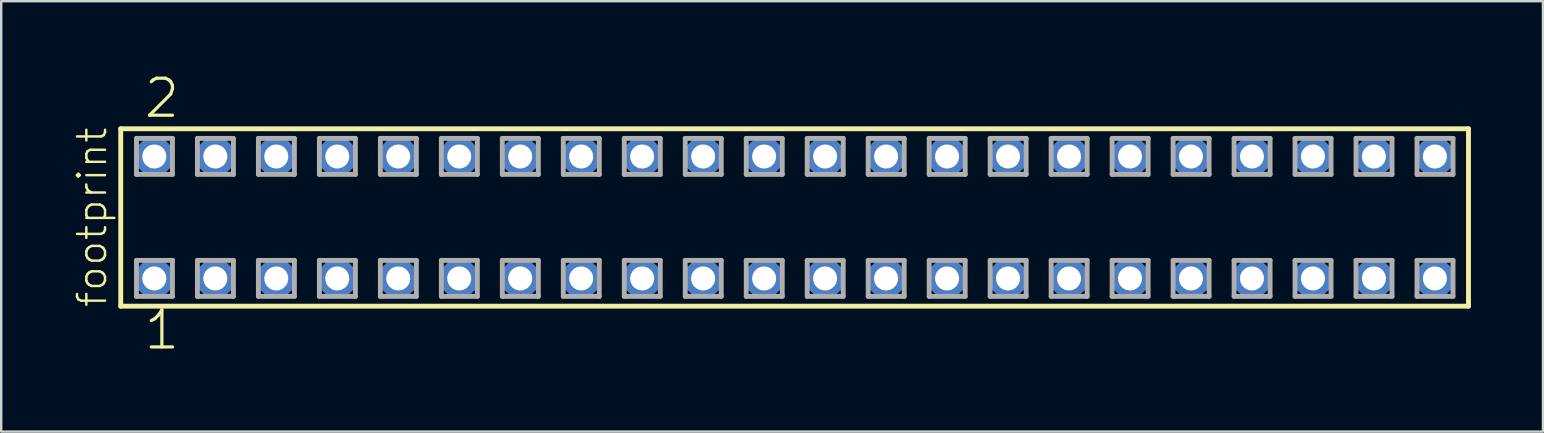
<source format=kicad_pcb>
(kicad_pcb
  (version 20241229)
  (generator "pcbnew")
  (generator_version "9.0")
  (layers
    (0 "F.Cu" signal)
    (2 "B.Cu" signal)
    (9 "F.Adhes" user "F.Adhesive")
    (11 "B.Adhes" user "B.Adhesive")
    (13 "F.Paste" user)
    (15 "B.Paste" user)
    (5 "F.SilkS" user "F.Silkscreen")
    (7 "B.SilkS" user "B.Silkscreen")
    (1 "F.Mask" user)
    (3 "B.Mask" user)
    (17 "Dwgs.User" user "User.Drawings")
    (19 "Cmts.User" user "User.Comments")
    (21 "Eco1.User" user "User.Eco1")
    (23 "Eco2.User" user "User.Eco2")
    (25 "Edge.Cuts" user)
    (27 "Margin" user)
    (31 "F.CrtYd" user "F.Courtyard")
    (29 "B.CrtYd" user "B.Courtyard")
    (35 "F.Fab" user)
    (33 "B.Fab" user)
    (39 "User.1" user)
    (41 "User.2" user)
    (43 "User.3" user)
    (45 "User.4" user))
  (footprint "footprint"
    (layer "F.Cu")
    (at 30.048 6.009)
    (property "Reference" "footprint" (at -28.575 3.81 90) (layer "F.SilkS") (effects (font (size 1.168 1.168) (thickness 0.102)) (justify left bottom)))
    (fp_line (start -28.069 -3.695) (end 28.069 -3.695) (stroke (width 0.203) (type solid)) (layer "F.SilkS"))
    (fp_line (start -28.069 3.695) (end -28.069 -3.695) (stroke (width 0.203) (type solid)) (layer "F.SilkS"))
    (fp_line (start 28.069 -3.695) (end 28.069 3.695) (stroke (width 0.203) (type solid)) (layer "F.SilkS"))
    (fp_line (start 28.069 3.695) (end -28.069 3.695) (stroke (width 0.203) (type solid)) (layer "F.SilkS"))
    (fp_line (start -27.415 -3.295) (end -25.915 -3.295) (stroke (width 0.203) (type solid)) (layer "F.Fab"))
    (fp_line (start -27.415 -1.795) (end -27.415 -3.295) (stroke (width 0.203) (type solid)) (layer "F.Fab"))
    (fp_line (start -27.415 1.785) (end -25.915 1.785) (stroke (width 0.203) (type solid)) (layer "F.Fab"))
    (fp_line (start -27.415 3.285) (end -27.415 1.785) (stroke (width 0.203) (type solid)) (layer "F.Fab"))
    (fp_line (start -25.915 -3.295) (end -25.915 -1.795) (stroke (width 0.203) (type solid)) (layer "F.Fab"))
    (fp_line (start -25.915 -1.795) (end -27.415 -1.795) (stroke (width 0.203) (type solid)) (layer "F.Fab"))
    (fp_line (start -25.915 1.785) (end -25.915 3.285) (stroke (width 0.203) (type solid)) (layer "F.Fab"))
    (fp_line (start -25.915 3.285) (end -27.415 3.285) (stroke (width 0.203) (type solid)) (layer "F.Fab"))
    (fp_line (start -24.875 -3.295) (end -23.375 -3.295) (stroke (width 0.203) (type solid)) (layer "F.Fab"))
    (fp_line (start -24.875 -1.795) (end -24.875 -3.295) (stroke (width 0.203) (type solid)) (layer "F.Fab"))
    (fp_line (start -24.875 1.785) (end -23.375 1.785) (stroke (width 0.203) (type solid)) (layer "F.Fab"))
    (fp_line (start -24.875 3.285) (end -24.875 1.785) (stroke (width 0.203) (type solid)) (layer "F.Fab"))
    (fp_line (start -23.375 -3.295) (end -23.375 -1.795) (stroke (width 0.203) (type solid)) (layer "F.Fab"))
    (fp_line (start -23.375 -1.795) (end -24.875 -1.795) (stroke (width 0.203) (type solid)) (layer "F.Fab"))
    (fp_line (start -23.375 1.785) (end -23.375 3.285) (stroke (width 0.203) (type solid)) (layer "F.Fab"))
    (fp_line (start -23.375 3.285) (end -24.875 3.285) (stroke (width 0.203) (type solid)) (layer "F.Fab"))
    (fp_line (start -22.335 -3.295) (end -20.835 -3.295) (stroke (width 0.203) (type solid)) (layer "F.Fab"))
    (fp_line (start -22.335 -1.795) (end -22.335 -3.295) (stroke (width 0.203) (type solid)) (layer "F.Fab"))
    (fp_line (start -22.335 1.785) (end -20.835 1.785) (stroke (width 0.203) (type solid)) (layer "F.Fab"))
    (fp_line (start -22.335 3.285) (end -22.335 1.785) (stroke (width 0.203) (type solid)) (layer "F.Fab"))
    (fp_line (start -20.835 -3.295) (end -20.835 -1.795) (stroke (width 0.203) (type solid)) (layer "F.Fab"))
    (fp_line (start -20.835 -1.795) (end -22.335 -1.795) (stroke (width 0.203) (type solid)) (layer "F.Fab"))
    (fp_line (start -20.835 1.785) (end -20.835 3.285) (stroke (width 0.203) (type solid)) (layer "F.Fab"))
    (fp_line (start -20.835 3.285) (end -22.335 3.285) (stroke (width 0.203) (type solid)) (layer "F.Fab"))
    (fp_line (start -19.795 -3.295) (end -18.295 -3.295) (stroke (width 0.203) (type solid)) (layer "F.Fab"))
    (fp_line (start -19.795 -1.795) (end -19.795 -3.295) (stroke (width 0.203) (type solid)) (layer "F.Fab"))
    (fp_line (start -19.795 1.785) (end -18.295 1.785) (stroke (width 0.203) (type solid)) (layer "F.Fab"))
    (fp_line (start -19.795 3.285) (end -19.795 1.785) (stroke (width 0.203) (type solid)) (layer "F.Fab"))
    (fp_line (start -18.295 -3.295) (end -18.295 -1.795) (stroke (width 0.203) (type solid)) (layer "F.Fab"))
    (fp_line (start -18.295 -1.795) (end -19.795 -1.795) (stroke (width 0.203) (type solid)) (layer "F.Fab"))
    (fp_line (start -18.295 1.785) (end -18.295 3.285) (stroke (width 0.203) (type solid)) (layer "F.Fab"))
    (fp_line (start -18.295 3.285) (end -19.795 3.285) (stroke (width 0.203) (type solid)) (layer "F.Fab"))
    (fp_line (start -17.255 -3.295) (end -15.755 -3.295) (stroke (width 0.203) (type solid)) (layer "F.Fab"))
    (fp_line (start -17.255 -1.795) (end -17.255 -3.295) (stroke (width 0.203) (type solid)) (layer "F.Fab"))
    (fp_line (start -17.255 1.785) (end -15.755 1.785) (stroke (width 0.203) (type solid)) (layer "F.Fab"))
    (fp_line (start -17.255 3.285) (end -17.255 1.785) (stroke (width 0.203) (type solid)) (layer "F.Fab"))
    (fp_line (start -15.755 -3.295) (end -15.755 -1.795) (stroke (width 0.203) (type solid)) (layer "F.Fab"))
    (fp_line (start -15.755 -1.795) (end -17.255 -1.795) (stroke (width 0.203) (type solid)) (layer "F.Fab"))
    (fp_line (start -15.755 1.785) (end -15.755 3.285) (stroke (width 0.203) (type solid)) (layer "F.Fab"))
    (fp_line (start -15.755 3.285) (end -17.255 3.285) (stroke (width 0.203) (type solid)) (layer "F.Fab"))
    (fp_line (start -14.715 -3.295) (end -13.215 -3.295) (stroke (width 0.203) (type solid)) (layer "F.Fab"))
    (fp_line (start -14.715 -1.795) (end -14.715 -3.295) (stroke (width 0.203) (type solid)) (layer "F.Fab"))
    (fp_line (start -14.715 1.785) (end -13.215 1.785) (stroke (width 0.203) (type solid)) (layer "F.Fab"))
    (fp_line (start -14.715 3.285) (end -14.715 1.785) (stroke (width 0.203) (type solid)) (layer "F.Fab"))
    (fp_line (start -13.215 -3.295) (end -13.215 -1.795) (stroke (width 0.203) (type solid)) (layer "F.Fab"))
    (fp_line (start -13.215 -1.795) (end -14.715 -1.795) (stroke (width 0.203) (type solid)) (layer "F.Fab"))
    (fp_line (start -13.215 1.785) (end -13.215 3.285) (stroke (width 0.203) (type solid)) (layer "F.Fab"))
    (fp_line (start -13.215 3.285) (end -14.715 3.285) (stroke (width 0.203) (type solid)) (layer "F.Fab"))
    (fp_line (start -12.175 -3.295) (end -10.675 -3.295) (stroke (width 0.203) (type solid)) (layer "F.Fab"))
    (fp_line (start -12.175 -1.795) (end -12.175 -3.295) (stroke (width 0.203) (type solid)) (layer "F.Fab"))
    (fp_line (start -12.175 1.785) (end -10.675 1.785) (stroke (width 0.203) (type solid)) (layer "F.Fab"))
    (fp_line (start -12.175 3.285) (end -12.175 1.785) (stroke (width 0.203) (type solid)) (layer "F.Fab"))
    (fp_line (start -10.675 -3.295) (end -10.675 -1.795) (stroke (width 0.203) (type solid)) (layer "F.Fab"))
    (fp_line (start -10.675 -1.795) (end -12.175 -1.795) (stroke (width 0.203) (type solid)) (layer "F.Fab"))
    (fp_line (start -10.675 1.785) (end -10.675 3.285) (stroke (width 0.203) (type solid)) (layer "F.Fab"))
    (fp_line (start -10.675 3.285) (end -12.175 3.285) (stroke (width 0.203) (type solid)) (layer "F.Fab"))
    (fp_line (start -9.635 -3.295) (end -8.135 -3.295) (stroke (width 0.203) (type solid)) (layer "F.Fab"))
    (fp_line (start -9.635 -1.795) (end -9.635 -3.295) (stroke (width 0.203) (type solid)) (layer "F.Fab"))
    (fp_line (start -9.635 1.785) (end -8.135 1.785) (stroke (width 0.203) (type solid)) (layer "F.Fab"))
    (fp_line (start -9.635 3.285) (end -9.635 1.785) (stroke (width 0.203) (type solid)) (layer "F.Fab"))
    (fp_line (start -8.135 -3.295) (end -8.135 -1.795) (stroke (width 0.203) (type solid)) (layer "F.Fab"))
    (fp_line (start -8.135 -1.795) (end -9.635 -1.795) (stroke (width 0.203) (type solid)) (layer "F.Fab"))
    (fp_line (start -8.135 1.785) (end -8.135 3.285) (stroke (width 0.203) (type solid)) (layer "F.Fab"))
    (fp_line (start -8.135 3.285) (end -9.635 3.285) (stroke (width 0.203) (type solid)) (layer "F.Fab"))
    (fp_line (start -7.095 -3.295) (end -5.595 -3.295) (stroke (width 0.203) (type solid)) (layer "F.Fab"))
    (fp_line (start -7.095 -1.795) (end -7.095 -3.295) (stroke (width 0.203) (type solid)) (layer "F.Fab"))
    (fp_line (start -7.095 1.785) (end -5.595 1.785) (stroke (width 0.203) (type solid)) (layer "F.Fab"))
    (fp_line (start -7.095 3.285) (end -7.095 1.785) (stroke (width 0.203) (type solid)) (layer "F.Fab"))
    (fp_line (start -5.595 -3.295) (end -5.595 -1.795) (stroke (width 0.203) (type solid)) (layer "F.Fab"))
    (fp_line (start -5.595 -1.795) (end -7.095 -1.795) (stroke (width 0.203) (type solid)) (layer "F.Fab"))
    (fp_line (start -5.595 1.785) (end -5.595 3.285) (stroke (width 0.203) (type solid)) (layer "F.Fab"))
    (fp_line (start -5.595 3.285) (end -7.095 3.285) (stroke (width 0.203) (type solid)) (layer "F.Fab"))
    (fp_line (start -4.555 -3.295) (end -3.055 -3.295) (stroke (width 0.203) (type solid)) (layer "F.Fab"))
    (fp_line (start -4.555 -1.795) (end -4.555 -3.295) (stroke (width 0.203) (type solid)) (layer "F.Fab"))
    (fp_line (start -4.555 1.785) (end -3.055 1.785) (stroke (width 0.203) (type solid)) (layer "F.Fab"))
    (fp_line (start -4.555 3.285) (end -4.555 1.785) (stroke (width 0.203) (type solid)) (layer "F.Fab"))
    (fp_line (start -3.055 -3.295) (end -3.055 -1.795) (stroke (width 0.203) (type solid)) (layer "F.Fab"))
    (fp_line (start -3.055 -1.795) (end -4.555 -1.795) (stroke (width 0.203) (type solid)) (layer "F.Fab"))
    (fp_line (start -3.055 1.785) (end -3.055 3.285) (stroke (width 0.203) (type solid)) (layer "F.Fab"))
    (fp_line (start -3.055 3.285) (end -4.555 3.285) (stroke (width 0.203) (type solid)) (layer "F.Fab"))
    (fp_line (start -2.015 -3.295) (end -0.515 -3.295) (stroke (width 0.203) (type solid)) (layer "F.Fab"))
    (fp_line (start -2.015 -1.795) (end -2.015 -3.295) (stroke (width 0.203) (type solid)) (layer "F.Fab"))
    (fp_line (start -2.015 1.785) (end -0.515 1.785) (stroke (width 0.203) (type solid)) (layer "F.Fab"))
    (fp_line (start -2.015 3.285) (end -2.015 1.785) (stroke (width 0.203) (type solid)) (layer "F.Fab"))
    (fp_line (start -0.515 -3.295) (end -0.515 -1.795) (stroke (width 0.203) (type solid)) (layer "F.Fab"))
    (fp_line (start -0.515 -1.795) (end -2.015 -1.795) (stroke (width 0.203) (type solid)) (layer "F.Fab"))
    (fp_line (start -0.515 1.785) (end -0.515 3.285) (stroke (width 0.203) (type solid)) (layer "F.Fab"))
    (fp_line (start -0.515 3.285) (end -2.015 3.285) (stroke (width 0.203) (type solid)) (layer "F.Fab"))
    (fp_line (start 0.525 -3.295) (end 2.025 -3.295) (stroke (width 0.203) (type solid)) (layer "F.Fab"))
    (fp_line (start 0.525 -1.795) (end 0.525 -3.295) (stroke (width 0.203) (type solid)) (layer "F.Fab"))
    (fp_line (start 0.525 1.785) (end 2.025 1.785) (stroke (width 0.203) (type solid)) (layer "F.Fab"))
    (fp_line (start 0.525 3.285) (end 0.525 1.785) (stroke (width 0.203) (type solid)) (layer "F.Fab"))
    (fp_line (start 2.025 -3.295) (end 2.025 -1.795) (stroke (width 0.203) (type solid)) (layer "F.Fab"))
    (fp_line (start 2.025 -1.795) (end 0.525 -1.795) (stroke (width 0.203) (type solid)) (layer "F.Fab"))
    (fp_line (start 2.025 1.785) (end 2.025 3.285) (stroke (width 0.203) (type solid)) (layer "F.Fab"))
    (fp_line (start 2.025 3.285) (end 0.525 3.285) (stroke (width 0.203) (type solid)) (layer "F.Fab"))
    (fp_line (start 3.065 -3.295) (end 4.565 -3.295) (stroke (width 0.203) (type solid)) (layer "F.Fab"))
    (fp_line (start 3.065 -1.795) (end 3.065 -3.295) (stroke (width 0.203) (type solid)) (layer "F.Fab"))
    (fp_line (start 3.065 1.785) (end 4.565 1.785) (stroke (width 0.203) (type solid)) (layer "F.Fab"))
    (fp_line (start 3.065 3.285) (end 3.065 1.785) (stroke (width 0.203) (type solid)) (layer "F.Fab"))
    (fp_line (start 4.565 -3.295) (end 4.565 -1.795) (stroke (width 0.203) (type solid)) (layer "F.Fab"))
    (fp_line (start 4.565 -1.795) (end 3.065 -1.795) (stroke (width 0.203) (type solid)) (layer "F.Fab"))
    (fp_line (start 4.565 1.785) (end 4.565 3.285) (stroke (width 0.203) (type solid)) (layer "F.Fab"))
    (fp_line (start 4.565 3.285) (end 3.065 3.285) (stroke (width 0.203) (type solid)) (layer "F.Fab"))
    (fp_line (start 5.605 -3.295) (end 7.105 -3.295) (stroke (width 0.203) (type solid)) (layer "F.Fab"))
    (fp_line (start 5.605 -1.795) (end 5.605 -3.295) (stroke (width 0.203) (type solid)) (layer "F.Fab"))
    (fp_line (start 5.605 1.785) (end 7.105 1.785) (stroke (width 0.203) (type solid)) (layer "F.Fab"))
    (fp_line (start 5.605 3.285) (end 5.605 1.785) (stroke (width 0.203) (type solid)) (layer "F.Fab"))
    (fp_line (start 7.105 -3.295) (end 7.105 -1.795) (stroke (width 0.203) (type solid)) (layer "F.Fab"))
    (fp_line (start 7.105 -1.795) (end 5.605 -1.795) (stroke (width 0.203) (type solid)) (layer "F.Fab"))
    (fp_line (start 7.105 1.785) (end 7.105 3.285) (stroke (width 0.203) (type solid)) (layer "F.Fab"))
    (fp_line (start 7.105 3.285) (end 5.605 3.285) (stroke (width 0.203) (type solid)) (layer "F.Fab"))
    (fp_line (start 8.145 -3.295) (end 9.645 -3.295) (stroke (width 0.203) (type solid)) (layer "F.Fab"))
    (fp_line (start 8.145 -1.795) (end 8.145 -3.295) (stroke (width 0.203) (type solid)) (layer "F.Fab"))
    (fp_line (start 8.145 1.785) (end 9.645 1.785) (stroke (width 0.203) (type solid)) (layer "F.Fab"))
    (fp_line (start 8.145 3.285) (end 8.145 1.785) (stroke (width 0.203) (type solid)) (layer "F.Fab"))
    (fp_line (start 9.645 -3.295) (end 9.645 -1.795) (stroke (width 0.203) (type solid)) (layer "F.Fab"))
    (fp_line (start 9.645 -1.795) (end 8.145 -1.795) (stroke (width 0.203) (type solid)) (layer "F.Fab"))
    (fp_line (start 9.645 1.785) (end 9.645 3.285) (stroke (width 0.203) (type solid)) (layer "F.Fab"))
    (fp_line (start 9.645 3.285) (end 8.145 3.285) (stroke (width 0.203) (type solid)) (layer "F.Fab"))
    (fp_line (start 10.685 -3.295) (end 12.185 -3.295) (stroke (width 0.203) (type solid)) (layer "F.Fab"))
    (fp_line (start 10.685 -1.795) (end 10.685 -3.295) (stroke (width 0.203) (type solid)) (layer "F.Fab"))
    (fp_line (start 10.685 1.785) (end 12.185 1.785) (stroke (width 0.203) (type solid)) (layer "F.Fab"))
    (fp_line (start 10.685 3.285) (end 10.685 1.785) (stroke (width 0.203) (type solid)) (layer "F.Fab"))
    (fp_line (start 12.185 -3.295) (end 12.185 -1.795) (stroke (width 0.203) (type solid)) (layer "F.Fab"))
    (fp_line (start 12.185 -1.795) (end 10.685 -1.795) (stroke (width 0.203) (type solid)) (layer "F.Fab"))
    (fp_line (start 12.185 1.785) (end 12.185 3.285) (stroke (width 0.203) (type solid)) (layer "F.Fab"))
    (fp_line (start 12.185 3.285) (end 10.685 3.285) (stroke (width 0.203) (type solid)) (layer "F.Fab"))
    (fp_line (start 13.225 -3.295) (end 14.725 -3.295) (stroke (width 0.203) (type solid)) (layer "F.Fab"))
    (fp_line (start 13.225 -1.795) (end 13.225 -3.295) (stroke (width 0.203) (type solid)) (layer "F.Fab"))
    (fp_line (start 13.225 1.785) (end 14.725 1.785) (stroke (width 0.203) (type solid)) (layer "F.Fab"))
    (fp_line (start 13.225 3.285) (end 13.225 1.785) (stroke (width 0.203) (type solid)) (layer "F.Fab"))
    (fp_line (start 14.725 -3.295) (end 14.725 -1.795) (stroke (width 0.203) (type solid)) (layer "F.Fab"))
    (fp_line (start 14.725 -1.795) (end 13.225 -1.795) (stroke (width 0.203) (type solid)) (layer "F.Fab"))
    (fp_line (start 14.725 1.785) (end 14.725 3.285) (stroke (width 0.203) (type solid)) (layer "F.Fab"))
    (fp_line (start 14.725 3.285) (end 13.225 3.285) (stroke (width 0.203) (type solid)) (layer "F.Fab"))
    (fp_line (start 15.765 -3.295) (end 17.265 -3.295) (stroke (width 0.203) (type solid)) (layer "F.Fab"))
    (fp_line (start 15.765 -1.795) (end 15.765 -3.295) (stroke (width 0.203) (type solid)) (layer "F.Fab"))
    (fp_line (start 15.765 1.785) (end 17.265 1.785) (stroke (width 0.203) (type solid)) (layer "F.Fab"))
    (fp_line (start 15.765 3.285) (end 15.765 1.785) (stroke (width 0.203) (type solid)) (layer "F.Fab"))
    (fp_line (start 17.265 -3.295) (end 17.265 -1.795) (stroke (width 0.203) (type solid)) (layer "F.Fab"))
    (fp_line (start 17.265 -1.795) (end 15.765 -1.795) (stroke (width 0.203) (type solid)) (layer "F.Fab"))
    (fp_line (start 17.265 1.785) (end 17.265 3.285) (stroke (width 0.203) (type solid)) (layer "F.Fab"))
    (fp_line (start 17.265 3.285) (end 15.765 3.285) (stroke (width 0.203) (type solid)) (layer "F.Fab"))
    (fp_line (start 18.305 -3.295) (end 19.805 -3.295) (stroke (width 0.203) (type solid)) (layer "F.Fab"))
    (fp_line (start 18.305 -1.795) (end 18.305 -3.295) (stroke (width 0.203) (type solid)) (layer "F.Fab"))
    (fp_line (start 18.305 1.785) (end 19.805 1.785) (stroke (width 0.203) (type solid)) (layer "F.Fab"))
    (fp_line (start 18.305 3.285) (end 18.305 1.785) (stroke (width 0.203) (type solid)) (layer "F.Fab"))
    (fp_line (start 19.805 -3.295) (end 19.805 -1.795) (stroke (width 0.203) (type solid)) (layer "F.Fab"))
    (fp_line (start 19.805 -1.795) (end 18.305 -1.795) (stroke (width 0.203) (type solid)) (layer "F.Fab"))
    (fp_line (start 19.805 1.785) (end 19.805 3.285) (stroke (width 0.203) (type solid)) (layer "F.Fab"))
    (fp_line (start 19.805 3.285) (end 18.305 3.285) (stroke (width 0.203) (type solid)) (layer "F.Fab"))
    (fp_line (start 20.845 -3.295) (end 22.345 -3.295) (stroke (width 0.203) (type solid)) (layer "F.Fab"))
    (fp_line (start 20.845 -1.795) (end 20.845 -3.295) (stroke (width 0.203) (type solid)) (layer "F.Fab"))
    (fp_line (start 20.845 1.785) (end 22.345 1.785) (stroke (width 0.203) (type solid)) (layer "F.Fab"))
    (fp_line (start 20.845 3.285) (end 20.845 1.785) (stroke (width 0.203) (type solid)) (layer "F.Fab"))
    (fp_line (start 22.345 -3.295) (end 22.345 -1.795) (stroke (width 0.203) (type solid)) (layer "F.Fab"))
    (fp_line (start 22.345 -1.795) (end 20.845 -1.795) (stroke (width 0.203) (type solid)) (layer "F.Fab"))
    (fp_line (start 22.345 1.785) (end 22.345 3.285) (stroke (width 0.203) (type solid)) (layer "F.Fab"))
    (fp_line (start 22.345 3.285) (end 20.845 3.285) (stroke (width 0.203) (type solid)) (layer "F.Fab"))
    (fp_line (start 23.385 -3.295) (end 24.885 -3.295) (stroke (width 0.203) (type solid)) (layer "F.Fab"))
    (fp_line (start 23.385 -1.795) (end 23.385 -3.295) (stroke (width 0.203) (type solid)) (layer "F.Fab"))
    (fp_line (start 23.385 1.785) (end 24.885 1.785) (stroke (width 0.203) (type solid)) (layer "F.Fab"))
    (fp_line (start 23.385 3.285) (end 23.385 1.785) (stroke (width 0.203) (type solid)) (layer "F.Fab"))
    (fp_line (start 24.885 -3.295) (end 24.885 -1.795) (stroke (width 0.203) (type solid)) (layer "F.Fab"))
    (fp_line (start 24.885 -1.795) (end 23.385 -1.795) (stroke (width 0.203) (type solid)) (layer "F.Fab"))
    (fp_line (start 24.885 1.785) (end 24.885 3.285) (stroke (width 0.203) (type solid)) (layer "F.Fab"))
    (fp_line (start 24.885 3.285) (end 23.385 3.285) (stroke (width 0.203) (type solid)) (layer "F.Fab"))
    (fp_line (start 25.925 -3.295) (end 27.425 -3.295) (stroke (width 0.203) (type solid)) (layer "F.Fab"))
    (fp_line (start 25.925 -1.795) (end 25.925 -3.295) (stroke (width 0.203) (type solid)) (layer "F.Fab"))
    (fp_line (start 25.925 1.785) (end 27.425 1.785) (stroke (width 0.203) (type solid)) (layer "F.Fab"))
    (fp_line (start 25.925 3.285) (end 25.925 1.785) (stroke (width 0.203) (type solid)) (layer "F.Fab"))
    (fp_line (start 27.425 -3.295) (end 27.425 -1.795) (stroke (width 0.203) (type solid)) (layer "F.Fab"))
    (fp_line (start 27.425 -1.795) (end 25.925 -1.795) (stroke (width 0.203) (type solid)) (layer "F.Fab"))
    (fp_line (start 27.425 1.785) (end 27.425 3.285) (stroke (width 0.203) (type solid)) (layer "F.Fab"))
    (fp_line (start 27.425 3.285) (end 25.925 3.285) (stroke (width 0.203) (type solid)) (layer "F.Fab"))
    (fp_text user "2" (at -27.178 -4.064 0) (layer "F.SilkS") (effects (font (size 1.542 1.542) (thickness 0.134)) (justify left bottom)))
    (fp_text user "1" (at -27.178 5.588 0) (layer "F.SilkS") (effects (font (size 1.542 1.542) (thickness 0.134)) (justify left bottom)))
    (pad "1" thru_hole roundrect (at -26.67 2.54) (size 1.5 1.5) (drill 1) (layers "*.Cu" "*.Mask") (roundrect_rratio 0.25) (chamfer_ratio 0.25) (chamfer top_left top_right bottom_left bottom_right))
    (pad "2" thru_hole roundrect (at -26.67 -2.54) (size 1.5 1.5) (drill 1) (layers "*.Cu" "*.Mask") (roundrect_rratio 0.25) (chamfer_ratio 0.25) (chamfer top_left top_right bottom_left bottom_right))
    (pad "3" thru_hole roundrect (at -24.13 2.54) (size 1.5 1.5) (drill 1) (layers "*.Cu" "*.Mask") (roundrect_rratio 0.25) (chamfer_ratio 0.25) (chamfer top_left top_right bottom_left bottom_right))
    (pad "4" thru_hole roundrect (at -24.13 -2.54) (size 1.5 1.5) (drill 1) (layers "*.Cu" "*.Mask") (roundrect_rratio 0.25) (chamfer_ratio 0.25) (chamfer top_left top_right bottom_left bottom_right))
    (pad "5" thru_hole roundrect (at -21.59 2.54) (size 1.5 1.5) (drill 1) (layers "*.Cu" "*.Mask") (roundrect_rratio 0.25) (chamfer_ratio 0.25) (chamfer top_left top_right bottom_left bottom_right))
    (pad "6" thru_hole roundrect (at -21.59 -2.54) (size 1.5 1.5) (drill 1) (layers "*.Cu" "*.Mask") (roundrect_rratio 0.25) (chamfer_ratio 0.25) (chamfer top_left top_right bottom_left bottom_right))
    (pad "7" thru_hole roundrect (at -19.05 2.54) (size 1.5 1.5) (drill 1) (layers "*.Cu" "*.Mask") (roundrect_rratio 0.25) (chamfer_ratio 0.25) (chamfer top_left top_right bottom_left bottom_right))
    (pad "8" thru_hole roundrect (at -19.05 -2.54) (size 1.5 1.5) (drill 1) (layers "*.Cu" "*.Mask") (roundrect_rratio 0.25) (chamfer_ratio 0.25) (chamfer top_left top_right bottom_left bottom_right))
    (pad "9" thru_hole roundrect (at -16.51 2.54) (size 1.5 1.5) (drill 1) (layers "*.Cu" "*.Mask") (roundrect_rratio 0.25) (chamfer_ratio 0.25) (chamfer top_left top_right bottom_left bottom_right))
    (pad "10" thru_hole roundrect (at -16.51 -2.54) (size 1.5 1.5) (drill 1) (layers "*.Cu" "*.Mask") (roundrect_rratio 0.25) (chamfer_ratio 0.25) (chamfer top_left top_right bottom_left bottom_right))
    (pad "11" thru_hole roundrect (at -13.97 2.54) (size 1.5 1.5) (drill 1) (layers "*.Cu" "*.Mask") (roundrect_rratio 0.25) (chamfer_ratio 0.25) (chamfer top_left top_right bottom_left bottom_right))
    (pad "12" thru_hole roundrect (at -13.97 -2.54) (size 1.5 1.5) (drill 1) (layers "*.Cu" "*.Mask") (roundrect_rratio 0.25) (chamfer_ratio 0.25) (chamfer top_left top_right bottom_left bottom_right))
    (pad "13" thru_hole roundrect (at -11.43 2.54) (size 1.5 1.5) (drill 1) (layers "*.Cu" "*.Mask") (roundrect_rratio 0.25) (chamfer_ratio 0.25) (chamfer top_left top_right bottom_left bottom_right))
    (pad "14" thru_hole roundrect (at -11.43 -2.54) (size 1.5 1.5) (drill 1) (layers "*.Cu" "*.Mask") (roundrect_rratio 0.25) (chamfer_ratio 0.25) (chamfer top_left top_right bottom_left bottom_right))
    (pad "15" thru_hole roundrect (at -8.89 2.54) (size 1.5 1.5) (drill 1) (layers "*.Cu" "*.Mask") (roundrect_rratio 0.25) (chamfer_ratio 0.25) (chamfer top_left top_right bottom_left bottom_right))
    (pad "16" thru_hole roundrect (at -8.89 -2.54) (size 1.5 1.5) (drill 1) (layers "*.Cu" "*.Mask") (roundrect_rratio 0.25) (chamfer_ratio 0.25) (chamfer top_left top_right bottom_left bottom_right))
    (pad "17" thru_hole roundrect (at -6.35 2.54) (size 1.5 1.5) (drill 1) (layers "*.Cu" "*.Mask") (roundrect_rratio 0.25) (chamfer_ratio 0.25) (chamfer top_left top_right bottom_left bottom_right))
    (pad "18" thru_hole roundrect (at -6.35 -2.54) (size 1.5 1.5) (drill 1) (layers "*.Cu" "*.Mask") (roundrect_rratio 0.25) (chamfer_ratio 0.25) (chamfer top_left top_right bottom_left bottom_right))
    (pad "19" thru_hole roundrect (at -3.81 2.54) (size 1.5 1.5) (drill 1) (layers "*.Cu" "*.Mask") (roundrect_rratio 0.25) (chamfer_ratio 0.25) (chamfer top_left top_right bottom_left bottom_right))
    (pad "20" thru_hole roundrect (at -3.81 -2.54) (size 1.5 1.5) (drill 1) (layers "*.Cu" "*.Mask") (roundrect_rratio 0.25) (chamfer_ratio 0.25) (chamfer top_left top_right bottom_left bottom_right))
    (pad "21" thru_hole roundrect (at -1.27 2.54) (size 1.5 1.5) (drill 1) (layers "*.Cu" "*.Mask") (roundrect_rratio 0.25) (chamfer_ratio 0.25) (chamfer top_left top_right bottom_left bottom_right))
    (pad "22" thru_hole roundrect (at -1.27 -2.54) (size 1.5 1.5) (drill 1) (layers "*.Cu" "*.Mask") (roundrect_rratio 0.25) (chamfer_ratio 0.25) (chamfer top_left top_right bottom_left bottom_right))
    (pad "23" thru_hole roundrect (at 1.27 2.54) (size 1.5 1.5) (drill 1) (layers "*.Cu" "*.Mask") (roundrect_rratio 0.25) (chamfer_ratio 0.25) (chamfer top_left top_right bottom_left bottom_right))
    (pad "24" thru_hole roundrect (at 1.27 -2.54) (size 1.5 1.5) (drill 1) (layers "*.Cu" "*.Mask") (roundrect_rratio 0.25) (chamfer_ratio 0.25) (chamfer top_left top_right bottom_left bottom_right))
    (pad "25" thru_hole roundrect (at 3.81 2.54) (size 1.5 1.5) (drill 1) (layers "*.Cu" "*.Mask") (roundrect_rratio 0.25) (chamfer_ratio 0.25) (chamfer top_left top_right bottom_left bottom_right))
    (pad "26" thru_hole roundrect (at 3.81 -2.54) (size 1.5 1.5) (drill 1) (layers "*.Cu" "*.Mask") (roundrect_rratio 0.25) (chamfer_ratio 0.25) (chamfer top_left top_right bottom_left bottom_right))
    (pad "27" thru_hole roundrect (at 6.35 2.54) (size 1.5 1.5) (drill 1) (layers "*.Cu" "*.Mask") (roundrect_rratio 0.25) (chamfer_ratio 0.25) (chamfer top_left top_right bottom_left bottom_right))
    (pad "28" thru_hole roundrect (at 6.35 -2.54) (size 1.5 1.5) (drill 1) (layers "*.Cu" "*.Mask") (roundrect_rratio 0.25) (chamfer_ratio 0.25) (chamfer top_left top_right bottom_left bottom_right))
    (pad "29" thru_hole roundrect (at 8.89 2.54) (size 1.5 1.5) (drill 1) (layers "*.Cu" "*.Mask") (roundrect_rratio 0.25) (chamfer_ratio 0.25) (chamfer top_left top_right bottom_left bottom_right))
    (pad "30" thru_hole roundrect (at 8.89 -2.54) (size 1.5 1.5) (drill 1) (layers "*.Cu" "*.Mask") (roundrect_rratio 0.25) (chamfer_ratio 0.25) (chamfer top_left top_right bottom_left bottom_right))
    (pad "31" thru_hole roundrect (at 11.43 2.54) (size 1.5 1.5) (drill 1) (layers "*.Cu" "*.Mask") (roundrect_rratio 0.25) (chamfer_ratio 0.25) (chamfer top_left top_right bottom_left bottom_right))
    (pad "32" thru_hole roundrect (at 11.43 -2.54) (size 1.5 1.5) (drill 1) (layers "*.Cu" "*.Mask") (roundrect_rratio 0.25) (chamfer_ratio 0.25) (chamfer top_left top_right bottom_left bottom_right))
    (pad "33" thru_hole roundrect (at 13.97 2.54) (size 1.5 1.5) (drill 1) (layers "*.Cu" "*.Mask") (roundrect_rratio 0.25) (chamfer_ratio 0.25) (chamfer top_left top_right bottom_left bottom_right))
    (pad "34" thru_hole roundrect (at 13.97 -2.54) (size 1.5 1.5) (drill 1) (layers "*.Cu" "*.Mask") (roundrect_rratio 0.25) (chamfer_ratio 0.25) (chamfer top_left top_right bottom_left bottom_right))
    (pad "35" thru_hole roundrect (at 16.51 2.54) (size 1.5 1.5) (drill 1) (layers "*.Cu" "*.Mask") (roundrect_rratio 0.25) (chamfer_ratio 0.25) (chamfer top_left top_right bottom_left bottom_right))
    (pad "36" thru_hole roundrect (at 16.51 -2.54) (size 1.5 1.5) (drill 1) (layers "*.Cu" "*.Mask") (roundrect_rratio 0.25) (chamfer_ratio 0.25) (chamfer top_left top_right bottom_left bottom_right))
    (pad "37" thru_hole roundrect (at 19.05 2.54) (size 1.5 1.5) (drill 1) (layers "*.Cu" "*.Mask") (roundrect_rratio 0.25) (chamfer_ratio 0.25) (chamfer top_left top_right bottom_left bottom_right))
    (pad "38" thru_hole roundrect (at 19.05 -2.54) (size 1.5 1.5) (drill 1) (layers "*.Cu" "*.Mask") (roundrect_rratio 0.25) (chamfer_ratio 0.25) (chamfer top_left top_right bottom_left bottom_right))
    (pad "39" thru_hole roundrect (at 21.59 2.54) (size 1.5 1.5) (drill 1) (layers "*.Cu" "*.Mask") (roundrect_rratio 0.25) (chamfer_ratio 0.25) (chamfer top_left top_right bottom_left bottom_right))
    (pad "40" thru_hole roundrect (at 21.59 -2.54) (size 1.5 1.5) (drill 1) (layers "*.Cu" "*.Mask") (roundrect_rratio 0.25) (chamfer_ratio 0.25) (chamfer top_left top_right bottom_left bottom_right))
    (pad "41" thru_hole roundrect (at 24.13 2.54) (size 1.5 1.5) (drill 1) (layers "*.Cu" "*.Mask") (roundrect_rratio 0.25) (chamfer_ratio 0.25) (chamfer top_left top_right bottom_left bottom_right))
    (pad "42" thru_hole roundrect (at 24.13 -2.54) (size 1.5 1.5) (drill 1) (layers "*.Cu" "*.Mask") (roundrect_rratio 0.25) (chamfer_ratio 0.25) (chamfer top_left top_right bottom_left bottom_right))
    (pad "43" thru_hole roundrect (at 26.67 2.54) (size 1.5 1.5) (drill 1) (layers "*.Cu" "*.Mask") (roundrect_rratio 0.25) (chamfer_ratio 0.25) (chamfer top_left top_right bottom_left bottom_right))
    (pad "44" thru_hole roundrect (at 26.67 -2.54) (size 1.5 1.5) (drill 1) (layers "*.Cu" "*.Mask") (roundrect_rratio 0.25) (chamfer_ratio 0.25) (chamfer top_left top_right bottom_left bottom_right)))
  (gr_rect
    (start -3 -3)
    (end 61.219 14.927)
    (stroke (width 0.1) (type default))
    (fill no)
    (layer "Edge.Cuts")))
</source>
